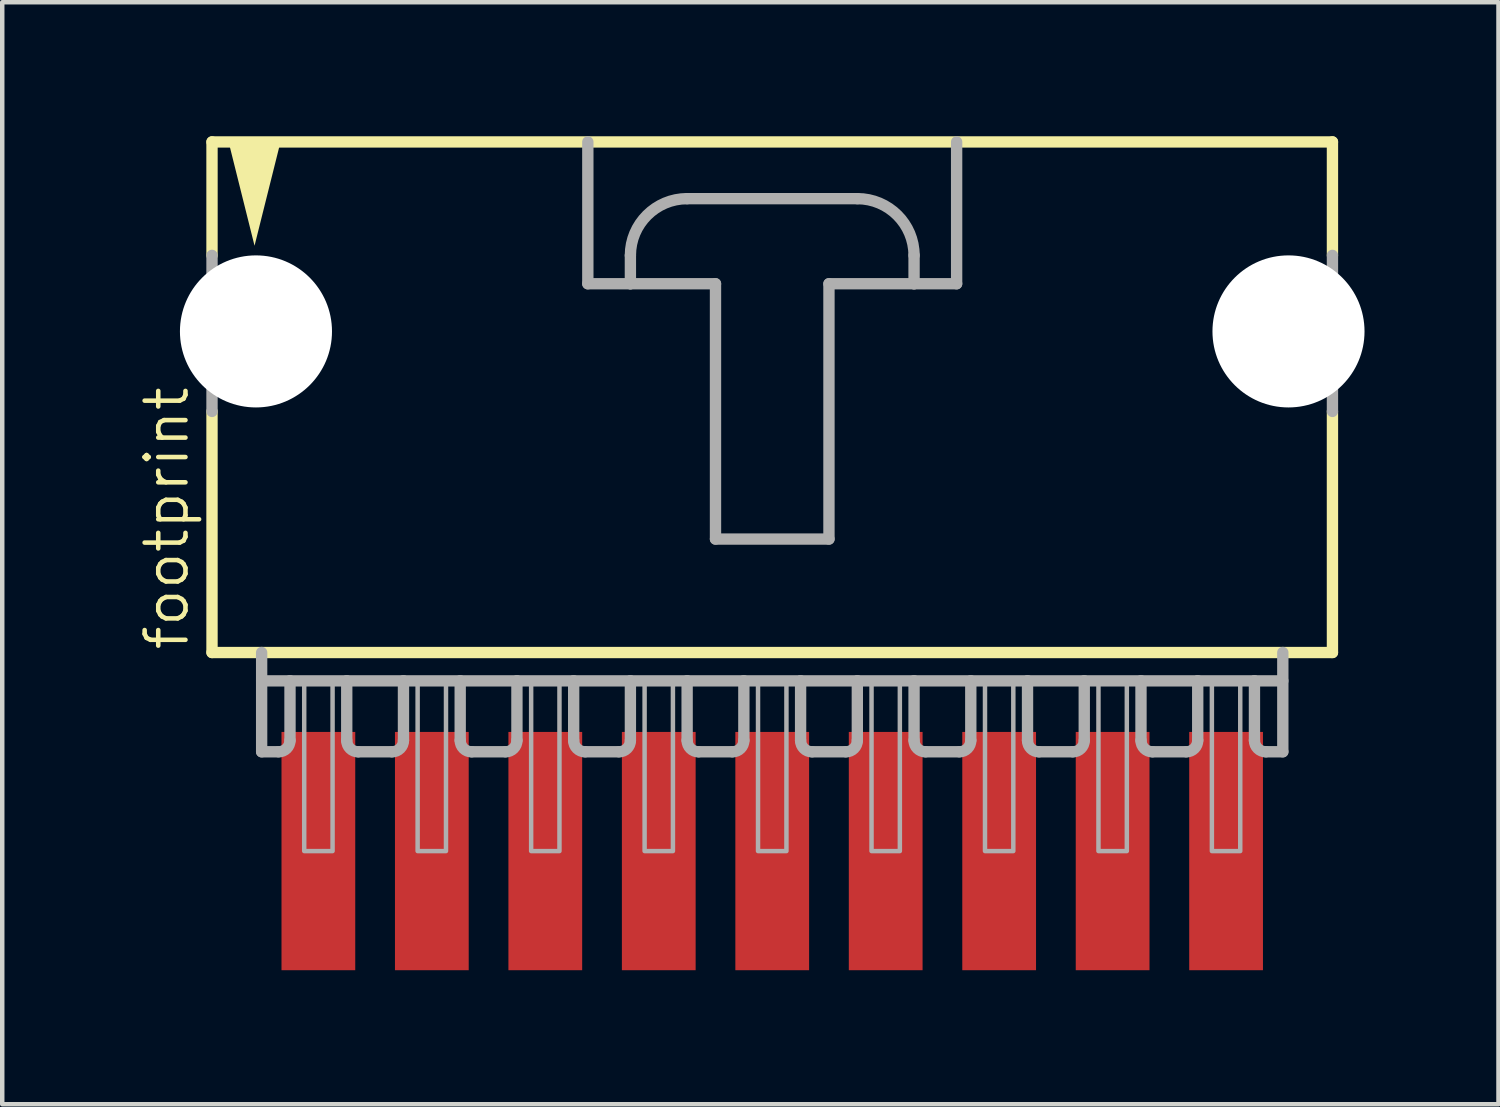
<source format=kicad_pcb>
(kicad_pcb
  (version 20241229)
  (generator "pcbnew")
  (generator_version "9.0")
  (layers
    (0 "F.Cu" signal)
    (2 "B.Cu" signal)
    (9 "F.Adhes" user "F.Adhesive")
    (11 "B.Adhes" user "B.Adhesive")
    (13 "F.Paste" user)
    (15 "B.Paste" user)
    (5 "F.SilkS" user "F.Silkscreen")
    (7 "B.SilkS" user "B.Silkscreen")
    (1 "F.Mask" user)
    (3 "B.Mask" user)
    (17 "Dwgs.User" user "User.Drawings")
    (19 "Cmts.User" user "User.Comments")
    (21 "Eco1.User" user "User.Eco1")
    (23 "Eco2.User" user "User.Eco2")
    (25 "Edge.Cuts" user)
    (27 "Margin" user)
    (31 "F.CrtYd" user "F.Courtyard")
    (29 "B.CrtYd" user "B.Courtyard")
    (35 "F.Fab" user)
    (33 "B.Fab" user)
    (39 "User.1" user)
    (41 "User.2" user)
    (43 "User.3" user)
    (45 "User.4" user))
  (footprint "footprint"
    (layer "F.Cu")
    (at 14.237 5.207)
    (property "Reference" "footprint" (at -13.018 6.35 90) (layer "F.SilkS") (effects (font (size 0.914 0.914) (thickness 0.102)) (justify left bottom)))
    (fp_line (start -12.541 -5.08) (end -12.541 -2.54) (stroke (width 0.254) (type solid)) (layer "F.SilkS"))
    (fp_line (start -12.541 0.953) (end -12.541 6.35) (stroke (width 0.254) (type solid)) (layer "F.SilkS"))
    (fp_line (start -12.541 6.35) (end 12.541 6.35) (stroke (width 0.254) (type solid)) (layer "F.SilkS"))
    (fp_line (start 12.541 -5.08) (end -12.541 -5.08) (stroke (width 0.254) (type solid)) (layer "F.SilkS"))
    (fp_line (start 12.541 -2.54) (end 12.541 -5.08) (stroke (width 0.254) (type solid)) (layer "F.SilkS"))
    (fp_line (start 12.541 6.35) (end 12.541 0.953) (stroke (width 0.254) (type solid)) (layer "F.SilkS"))
    (fp_poly (pts (xy -11.589 -2.756) (xy -12.195 -5.182) (xy -10.982 -5.182)) (stroke (width 0) (type solid)) (fill yes) (layer "F.SilkS"))
    (fp_line (start -12.541 -2.54) (end -12.541 0.953) (stroke (width 0.254) (type solid)) (layer "F.Fab"))
    (fp_line (start -11.43 6.35) (end -11.43 8.572) (stroke (width 0.254) (type solid)) (layer "F.Fab"))
    (fp_line (start -11.43 6.985) (end -10.795 6.985) (stroke (width 0.254) (type solid)) (layer "F.Fab"))
    (fp_line (start -11.049 8.572) (end -11.43 8.572) (stroke (width 0.254) (type solid)) (layer "F.Fab"))
    (fp_line (start -10.795 6.985) (end -10.795 8.319) (stroke (width 0.254) (type solid)) (layer "F.Fab"))
    (fp_line (start -10.795 6.985) (end -9.525 6.985) (stroke (width 0.254) (type solid)) (layer "F.Fab"))
    (fp_line (start -9.525 6.985) (end -9.525 8.319) (stroke (width 0.254) (type solid)) (layer "F.Fab"))
    (fp_line (start -9.525 6.985) (end -8.255 6.985) (stroke (width 0.254) (type solid)) (layer "F.Fab"))
    (fp_line (start -8.509 8.572) (end -9.271 8.572) (stroke (width 0.254) (type solid)) (layer "F.Fab"))
    (fp_line (start -8.255 6.985) (end -8.255 8.319) (stroke (width 0.254) (type solid)) (layer "F.Fab"))
    (fp_line (start -8.255 6.985) (end -6.985 6.985) (stroke (width 0.254) (type solid)) (layer "F.Fab"))
    (fp_line (start -6.985 6.985) (end -6.985 8.319) (stroke (width 0.254) (type solid)) (layer "F.Fab"))
    (fp_line (start -6.985 6.985) (end -5.715 6.985) (stroke (width 0.254) (type solid)) (layer "F.Fab"))
    (fp_line (start -5.969 8.572) (end -6.731 8.572) (stroke (width 0.254) (type solid)) (layer "F.Fab"))
    (fp_line (start -5.715 6.985) (end -5.715 8.319) (stroke (width 0.254) (type solid)) (layer "F.Fab"))
    (fp_line (start -5.715 6.985) (end -4.445 6.985) (stroke (width 0.254) (type solid)) (layer "F.Fab"))
    (fp_line (start -4.445 6.985) (end -4.445 8.319) (stroke (width 0.254) (type solid)) (layer "F.Fab"))
    (fp_line (start -4.445 6.985) (end -3.175 6.985) (stroke (width 0.254) (type solid)) (layer "F.Fab"))
    (fp_line (start -4.128 -5.08) (end -4.128 -1.905) (stroke (width 0.254) (type solid)) (layer "F.Fab"))
    (fp_line (start -4.128 -1.905) (end -3.175 -1.905) (stroke (width 0.254) (type solid)) (layer "F.Fab"))
    (fp_line (start -3.429 8.572) (end -4.191 8.572) (stroke (width 0.254) (type solid)) (layer "F.Fab"))
    (fp_line (start -3.175 -1.905) (end -3.175 -2.54) (stroke (width 0.254) (type solid)) (layer "F.Fab"))
    (fp_line (start -3.175 -1.905) (end -1.27 -1.905) (stroke (width 0.254) (type solid)) (layer "F.Fab"))
    (fp_line (start -3.175 6.985) (end -3.175 8.319) (stroke (width 0.254) (type solid)) (layer "F.Fab"))
    (fp_line (start -3.175 6.985) (end -1.905 6.985) (stroke (width 0.254) (type solid)) (layer "F.Fab"))
    (fp_line (start -1.905 -3.81) (end 1.905 -3.81) (stroke (width 0.254) (type solid)) (layer "F.Fab"))
    (fp_line (start -1.905 6.985) (end -1.905 8.319) (stroke (width 0.254) (type solid)) (layer "F.Fab"))
    (fp_line (start -1.905 6.985) (end -0.635 6.985) (stroke (width 0.254) (type solid)) (layer "F.Fab"))
    (fp_line (start -1.27 -1.905) (end -1.27 3.81) (stroke (width 0.254) (type solid)) (layer "F.Fab"))
    (fp_line (start -1.27 3.81) (end 1.27 3.81) (stroke (width 0.254) (type solid)) (layer "F.Fab"))
    (fp_line (start -0.889 8.572) (end -1.651 8.572) (stroke (width 0.254) (type solid)) (layer "F.Fab"))
    (fp_line (start -0.635 6.985) (end -0.635 8.319) (stroke (width 0.254) (type solid)) (layer "F.Fab"))
    (fp_line (start -0.635 6.985) (end 0.635 6.985) (stroke (width 0.254) (type solid)) (layer "F.Fab"))
    (fp_line (start 0.635 6.985) (end 0.635 8.319) (stroke (width 0.254) (type solid)) (layer "F.Fab"))
    (fp_line (start 0.635 6.985) (end 1.905 6.985) (stroke (width 0.254) (type solid)) (layer "F.Fab"))
    (fp_line (start 1.27 -1.905) (end 3.175 -1.905) (stroke (width 0.254) (type solid)) (layer "F.Fab"))
    (fp_line (start 1.27 3.81) (end 1.27 -1.905) (stroke (width 0.254) (type solid)) (layer "F.Fab"))
    (fp_line (start 1.651 8.572) (end 0.889 8.572) (stroke (width 0.254) (type solid)) (layer "F.Fab"))
    (fp_line (start 1.905 6.985) (end 1.905 8.319) (stroke (width 0.254) (type solid)) (layer "F.Fab"))
    (fp_line (start 1.905 6.985) (end 3.175 6.985) (stroke (width 0.254) (type solid)) (layer "F.Fab"))
    (fp_line (start 3.175 -2.54) (end 3.175 -1.905) (stroke (width 0.254) (type solid)) (layer "F.Fab"))
    (fp_line (start 3.175 -1.905) (end 4.128 -1.905) (stroke (width 0.254) (type solid)) (layer "F.Fab"))
    (fp_line (start 3.175 6.985) (end 3.175 8.319) (stroke (width 0.254) (type solid)) (layer "F.Fab"))
    (fp_line (start 3.175 6.985) (end 4.445 6.985) (stroke (width 0.254) (type solid)) (layer "F.Fab"))
    (fp_line (start 4.128 -1.905) (end 4.128 -5.08) (stroke (width 0.254) (type solid)) (layer "F.Fab"))
    (fp_line (start 4.191 8.572) (end 3.429 8.572) (stroke (width 0.254) (type solid)) (layer "F.Fab"))
    (fp_line (start 4.445 6.985) (end 4.445 8.319) (stroke (width 0.254) (type solid)) (layer "F.Fab"))
    (fp_line (start 4.445 6.985) (end 5.715 6.985) (stroke (width 0.254) (type solid)) (layer "F.Fab"))
    (fp_line (start 5.715 6.985) (end 5.715 8.319) (stroke (width 0.254) (type solid)) (layer "F.Fab"))
    (fp_line (start 5.715 6.985) (end 6.985 6.985) (stroke (width 0.254) (type solid)) (layer "F.Fab"))
    (fp_line (start 6.731 8.572) (end 5.969 8.572) (stroke (width 0.254) (type solid)) (layer "F.Fab"))
    (fp_line (start 6.985 6.985) (end 6.985 8.319) (stroke (width 0.254) (type solid)) (layer "F.Fab"))
    (fp_line (start 6.985 6.985) (end 8.255 6.985) (stroke (width 0.254) (type solid)) (layer "F.Fab"))
    (fp_line (start 8.255 6.985) (end 8.255 8.319) (stroke (width 0.254) (type solid)) (layer "F.Fab"))
    (fp_line (start 8.255 6.985) (end 9.525 6.985) (stroke (width 0.254) (type solid)) (layer "F.Fab"))
    (fp_line (start 9.271 8.572) (end 8.509 8.572) (stroke (width 0.254) (type solid)) (layer "F.Fab"))
    (fp_line (start 9.525 6.985) (end 9.525 8.319) (stroke (width 0.254) (type solid)) (layer "F.Fab"))
    (fp_line (start 9.525 6.985) (end 10.795 6.985) (stroke (width 0.254) (type solid)) (layer "F.Fab"))
    (fp_line (start 10.795 6.985) (end 10.795 8.319) (stroke (width 0.254) (type solid)) (layer "F.Fab"))
    (fp_line (start 10.795 6.985) (end 11.43 6.985) (stroke (width 0.254) (type solid)) (layer "F.Fab"))
    (fp_line (start 11.049 8.572) (end 11.43 8.572) (stroke (width 0.254) (type solid)) (layer "F.Fab"))
    (fp_line (start 11.43 8.572) (end 11.43 6.35) (stroke (width 0.254) (type solid)) (layer "F.Fab"))
    (fp_line (start 12.541 -2.54) (end 12.541 0.953) (stroke (width 0.254) (type solid)) (layer "F.Fab"))
    (fp_arc (start -10.795 8.3185) (mid -10.869395 8.498105) (end -11.049 8.5725) (stroke (width 0.254) (type solid)) (layer "F.Fab"))
    (fp_arc (start -9.271 8.5725) (mid -9.450605 8.498105) (end -9.525 8.3185) (stroke (width 0.254) (type solid)) (layer "F.Fab"))
    (fp_arc (start -8.255 8.3185) (mid -8.329395 8.498105) (end -8.509 8.5725) (stroke (width 0.254) (type solid)) (layer "F.Fab"))
    (fp_arc (start -6.731 8.5725) (mid -6.910605 8.498105) (end -6.985 8.3185) (stroke (width 0.254) (type solid)) (layer "F.Fab"))
    (fp_arc (start -5.715 8.3185) (mid -5.789395 8.498105) (end -5.969 8.5725) (stroke (width 0.254) (type solid)) (layer "F.Fab"))
    (fp_arc (start -4.191 8.5725) (mid -4.370605 8.498105) (end -4.445 8.3185) (stroke (width 0.254) (type solid)) (layer "F.Fab"))
    (fp_arc (start -3.175 -2.54) (mid -2.803026 -3.438026) (end -1.905 -3.81) (stroke (width 0.254) (type solid)) (layer "F.Fab"))
    (fp_arc (start -3.175 8.3185) (mid -3.249395 8.498105) (end -3.429 8.5725) (stroke (width 0.254) (type solid)) (layer "F.Fab"))
    (fp_arc (start -1.651 8.5725) (mid -1.830605 8.498105) (end -1.905 8.3185) (stroke (width 0.254) (type solid)) (layer "F.Fab"))
    (fp_arc (start -0.635 8.3185) (mid -0.709395 8.498105) (end -0.889 8.5725) (stroke (width 0.254) (type solid)) (layer "F.Fab"))
    (fp_arc (start 0.889 8.5725) (mid 0.709395 8.498105) (end 0.635 8.3185) (stroke (width 0.254) (type solid)) (layer "F.Fab"))
    (fp_arc (start 1.905 -3.81) (mid 2.803026 -3.438026) (end 3.175 -2.54) (stroke (width 0.254) (type solid)) (layer "F.Fab"))
    (fp_arc (start 1.905 8.3185) (mid 1.830605 8.498105) (end 1.651 8.5725) (stroke (width 0.254) (type solid)) (layer "F.Fab"))
    (fp_arc (start 3.429 8.5725) (mid 3.249395 8.498105) (end 3.175 8.3185) (stroke (width 0.254) (type solid)) (layer "F.Fab"))
    (fp_arc (start 4.445 8.3185) (mid 4.370605 8.498105) (end 4.191 8.5725) (stroke (width 0.254) (type solid)) (layer "F.Fab"))
    (fp_arc (start 5.969 8.5725) (mid 5.789395 8.498105) (end 5.715 8.3185) (stroke (width 0.254) (type solid)) (layer "F.Fab"))
    (fp_arc (start 6.985 8.3185) (mid 6.910605 8.498105) (end 6.731 8.5725) (stroke (width 0.254) (type solid)) (layer "F.Fab"))
    (fp_arc (start 8.509 8.5725) (mid 8.329395 8.498105) (end 8.255 8.3185) (stroke (width 0.254) (type solid)) (layer "F.Fab"))
    (fp_arc (start 9.525 8.3185) (mid 9.450605 8.498105) (end 9.271 8.5725) (stroke (width 0.254) (type solid)) (layer "F.Fab"))
    (fp_arc (start 11.049 8.5725) (mid 10.869395 8.498105) (end 10.795 8.3185) (stroke (width 0.254) (type solid)) (layer "F.Fab"))
    (fp_poly (pts (xy -10.477 10.795) (xy -9.842 10.795) (xy -9.842 6.985) (xy -10.477 6.985)) (stroke (width 0.1) (type solid)) (fill no) (layer "F.Fab"))
    (fp_poly (pts (xy -7.938 10.795) (xy -7.303 10.795) (xy -7.303 6.985) (xy -7.938 6.985)) (stroke (width 0.1) (type solid)) (fill no) (layer "F.Fab"))
    (fp_poly (pts (xy -5.397 10.795) (xy -4.763 10.795) (xy -4.763 6.985) (xy -5.397 6.985)) (stroke (width 0.1) (type solid)) (fill no) (layer "F.Fab"))
    (fp_poly (pts (xy -2.857 10.795) (xy -2.223 10.795) (xy -2.223 6.985) (xy -2.857 6.985)) (stroke (width 0.1) (type solid)) (fill no) (layer "F.Fab"))
    (fp_poly (pts (xy -0.318 10.795) (xy 0.318 10.795) (xy 0.318 6.985) (xy -0.318 6.985)) (stroke (width 0.1) (type solid)) (fill no) (layer "F.Fab"))
    (fp_poly (pts (xy 2.223 10.795) (xy 2.857 10.795) (xy 2.857 6.985) (xy 2.223 6.985)) (stroke (width 0.1) (type solid)) (fill no) (layer "F.Fab"))
    (fp_poly (pts (xy 4.763 10.795) (xy 5.397 10.795) (xy 5.397 6.985) (xy 4.763 6.985)) (stroke (width 0.1) (type solid)) (fill no) (layer "F.Fab"))
    (fp_poly (pts (xy 7.303 10.795) (xy 7.938 10.795) (xy 7.938 6.985) (xy 7.303 6.985)) (stroke (width 0.1) (type solid)) (fill no) (layer "F.Fab"))
    (fp_poly (pts (xy 9.842 10.795) (xy 10.477 10.795) (xy 10.477 6.985) (xy 9.842 6.985)) (stroke (width 0.1) (type solid)) (fill no) (layer "F.Fab"))
    (pad "" np_thru_hole circle (at -11.557 -0.838) (size 3.404 3.404) (drill 3.404) (layers "*.Cu" "*.Mask"))
    (pad "" np_thru_hole circle (at 11.557 -0.838) (size 3.404 3.404) (drill 3.404) (layers "*.Cu" "*.Mask"))
    (pad "1" smd rect (at -10.16 10.795 90) (size 5.334 1.651) (layers "F.Cu" "F.Mask" "F.Paste"))
    (pad "2" smd rect (at -7.62 10.795 90) (size 5.334 1.651) (layers "F.Cu" "F.Mask" "F.Paste"))
    (pad "3" smd rect (at -5.08 10.795 90) (size 5.334 1.651) (layers "F.Cu" "F.Mask" "F.Paste"))
    (pad "4" smd rect (at -2.54 10.795 90) (size 5.334 1.651) (layers "F.Cu" "F.Mask" "F.Paste"))
    (pad "5" smd rect (at 0 10.795 90) (size 5.334 1.651) (layers "F.Cu" "F.Mask" "F.Paste"))
    (pad "6" smd rect (at 2.54 10.795 90) (size 5.334 1.651) (layers "F.Cu" "F.Mask" "F.Paste"))
    (pad "7" smd rect (at 5.08 10.795 90) (size 5.334 1.651) (layers "F.Cu" "F.Mask" "F.Paste"))
    (pad "8" smd rect (at 7.62 10.795 90) (size 5.334 1.651) (layers "F.Cu" "F.Mask" "F.Paste"))
    (pad "9" smd rect (at 10.16 10.795 90) (size 5.334 1.651) (layers "F.Cu" "F.Mask" "F.Paste")))
  (gr_rect
    (start -3 -3)
    (end 30.495 21.669)
    (stroke (width 0.1) (type default))
    (fill no)
    (layer "Edge.Cuts")))
</source>
